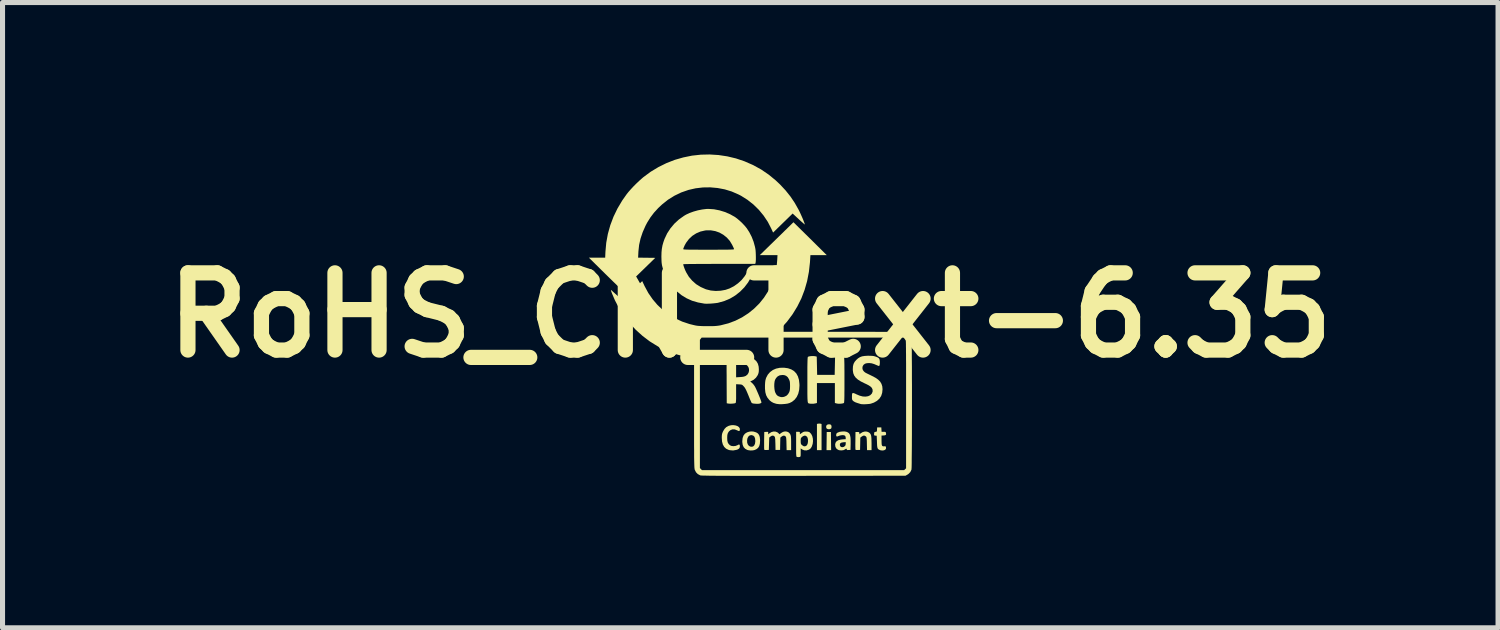
<source format=kicad_pcb>
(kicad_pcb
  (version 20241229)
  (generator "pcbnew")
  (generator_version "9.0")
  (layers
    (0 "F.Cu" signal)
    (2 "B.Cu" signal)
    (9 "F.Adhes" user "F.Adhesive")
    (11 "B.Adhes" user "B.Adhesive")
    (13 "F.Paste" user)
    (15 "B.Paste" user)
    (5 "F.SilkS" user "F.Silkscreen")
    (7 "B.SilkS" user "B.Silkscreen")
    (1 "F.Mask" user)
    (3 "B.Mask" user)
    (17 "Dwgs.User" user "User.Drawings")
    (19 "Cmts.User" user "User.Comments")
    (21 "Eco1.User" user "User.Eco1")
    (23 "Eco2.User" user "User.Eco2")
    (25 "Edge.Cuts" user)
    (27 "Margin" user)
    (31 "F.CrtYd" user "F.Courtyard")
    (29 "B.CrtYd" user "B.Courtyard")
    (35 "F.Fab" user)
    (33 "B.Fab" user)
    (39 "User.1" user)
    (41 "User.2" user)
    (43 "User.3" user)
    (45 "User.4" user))
  (footprint "RoHS_CN_Text-6.35"
    (layer "F.Cu")
    (at 11.764 3.172)
    (property "Reference" "RoHS_CN_Text-6.35" (at 0 0 0) (layer "F.SilkS") (effects (font (size 1.524 1.524) (thickness 0.3))))
    (attr board_only exclude_from_pos_files exclude_from_bom)
    (fp_poly (pts (xy 1.594 2.486) (xy 1.596 2.665) (xy 1.505 2.665) (xy 1.507 2.486) (xy 1.509 2.307) (xy 1.592 2.307)) (stroke (width 0) (type solid)) (fill yes) (layer "F.SilkS"))
    (fp_poly (pts (xy 1.385 2.143) (xy 1.407 2.149) (xy 1.407 2.665) (xy 1.316 2.665) (xy 1.316 2.148) (xy 1.34 2.143) (xy 1.365 2.141)) (stroke (width 0) (type solid)) (fill yes) (layer "F.SilkS"))
    (fp_poly (pts (xy 1.582 2.159) (xy 1.598 2.172) (xy 1.604 2.196) (xy 1.604 2.206) (xy 1.601 2.231) (xy 1.589 2.244) (xy 1.588 2.245) (xy 1.562 2.253) (xy 1.535 2.252) (xy 1.513 2.243) (xy 1.51 2.241) (xy 1.5 2.223) (xy 1.497 2.204) (xy 1.504 2.177) (xy 1.523 2.161) (xy 1.553 2.155) (xy 1.554 2.155)) (stroke (width 0) (type solid)) (fill yes) (layer "F.SilkS"))
    (fp_poly (pts (xy 2.304 2.3) (xy 2.342 2.316) (xy 2.349 2.321) (xy 2.364 2.335) (xy 2.376 2.352) (xy 2.384 2.373) (xy 2.389 2.401) (xy 2.392 2.439) (xy 2.393 2.49) (xy 2.394 2.529) (xy 2.394 2.665) (xy 2.305 2.665) (xy 2.302 2.537) (xy 2.301 2.488) (xy 2.299 2.453) (xy 2.297 2.429) (xy 2.294 2.414) (xy 2.29 2.404) (xy 2.284 2.397) (xy 2.28 2.393) (xy 2.255 2.379) (xy 2.23 2.38) (xy 2.202 2.396) (xy 2.199 2.398) (xy 2.172 2.419) (xy 2.17 2.54) (xy 2.167 2.661) (xy 2.124 2.663) (xy 2.095 2.663) (xy 2.079 2.659) (xy 2.077 2.655) (xy 2.075 2.644) (xy 2.075 2.619) (xy 2.074 2.582) (xy 2.074 2.538) (xy 2.075 2.487) (xy 2.075 2.476) (xy 2.077 2.307) (xy 2.114 2.307) (xy 2.137 2.308) (xy 2.148 2.313) (xy 2.153 2.323) (xy 2.154 2.33) (xy 2.156 2.353) (xy 2.181 2.332) (xy 2.22 2.309) (xy 2.262 2.298)) (stroke (width 0) (type solid)) (fill yes) (layer "F.SilkS"))
    (fp_poly (pts (xy 0.055 2.298) (xy 0.07 2.301) (xy 0.116 2.315) (xy 0.15 2.336) (xy 0.173 2.366) (xy 0.187 2.406) (xy 0.193 2.46) (xy 0.193 2.48) (xy 0.189 2.539) (xy 0.176 2.586) (xy 0.154 2.621) (xy 0.121 2.647) (xy 0.083 2.664) (xy 0.045 2.671) (xy 0.000258 2.672) (xy -0.043 2.666) (xy -0.06 2.661) (xy -0.101 2.639) (xy -0.131 2.607) (xy -0.15 2.562) (xy -0.158 2.506) (xy -0.158 2.488) (xy -0.156 2.468) (xy -0.063 2.468) (xy -0.062 2.512) (xy -0.061 2.519) (xy -0.049 2.554) (xy -0.027 2.581) (xy 0.001 2.596) (xy 0.033 2.599) (xy 0.058 2.591) (xy 0.079 2.57) (xy 0.093 2.537) (xy 0.099 2.492) (xy 0.099 2.484) (xy 0.094 2.435) (xy 0.081 2.4) (xy 0.058 2.379) (xy 0.026 2.369) (xy 0.016 2.369) (xy -0.013 2.376) (xy -0.038 2.397) (xy -0.055 2.428) (xy -0.063 2.468) (xy -0.156 2.468) (xy -0.152 2.428) (xy -0.135 2.379) (xy -0.106 2.341) (xy -0.065 2.315) (xy -0.022 2.301) (xy 0.018 2.296)) (stroke (width 0) (type solid)) (fill yes) (layer "F.SilkS"))
    (fp_poly (pts (xy 2.592 2.303) (xy 2.632 2.303) (xy 2.657 2.304) (xy 2.67 2.308) (xy 2.676 2.318) (xy 2.678 2.323) (xy 2.682 2.349) (xy 2.676 2.365) (xy 2.658 2.373) (xy 2.634 2.376) (xy 2.591 2.378) (xy 2.591 2.471) (xy 2.592 2.519) (xy 2.594 2.552) (xy 2.6 2.574) (xy 2.61 2.586) (xy 2.625 2.59) (xy 2.643 2.59) (xy 2.664 2.589) (xy 2.674 2.594) (xy 2.678 2.604) (xy 2.68 2.627) (xy 2.677 2.64) (xy 2.664 2.658) (xy 2.639 2.669) (xy 2.608 2.673) (xy 2.574 2.669) (xy 2.554 2.662) (xy 2.536 2.653) (xy 2.523 2.643) (xy 2.514 2.629) (xy 2.508 2.608) (xy 2.504 2.577) (xy 2.502 2.534) (xy 2.501 2.501) (xy 2.496 2.381) (xy 2.469 2.379) (xy 2.452 2.376) (xy 2.445 2.369) (xy 2.444 2.353) (xy 2.445 2.342) (xy 2.447 2.32) (xy 2.454 2.309) (xy 2.468 2.305) (xy 2.473 2.305) (xy 2.489 2.302) (xy 2.497 2.296) (xy 2.501 2.281) (xy 2.502 2.259) (xy 2.505 2.217) (xy 2.587 2.217)) (stroke (width 0) (type solid)) (fill yes) (layer "F.SilkS"))
    (fp_poly (pts (xy -0.29 2.178) (xy -0.254 2.19) (xy -0.226 2.209) (xy -0.209 2.233) (xy -0.206 2.251) (xy -0.208 2.276) (xy -0.216 2.288) (xy -0.232 2.287) (xy -0.259 2.275) (xy -0.305 2.257) (xy -0.349 2.255) (xy -0.388 2.268) (xy -0.421 2.295) (xy -0.44 2.324) (xy -0.449 2.347) (xy -0.454 2.375) (xy -0.456 2.413) (xy -0.456 2.426) (xy -0.454 2.476) (xy -0.445 2.514) (xy -0.428 2.543) (xy -0.403 2.568) (xy -0.4 2.57) (xy -0.371 2.583) (xy -0.333 2.587) (xy -0.293 2.583) (xy -0.258 2.57) (xy -0.253 2.568) (xy -0.229 2.555) (xy -0.214 2.556) (xy -0.207 2.57) (xy -0.206 2.59) (xy -0.21 2.617) (xy -0.224 2.637) (xy -0.251 2.653) (xy -0.276 2.661) (xy -0.339 2.672) (xy -0.403 2.667) (xy -0.43 2.66) (xy -0.478 2.637) (xy -0.515 2.602) (xy -0.542 2.555) (xy -0.558 2.495) (xy -0.563 2.423) (xy -0.563 2.421) (xy -0.562 2.383) (xy -0.559 2.355) (xy -0.553 2.332) (xy -0.543 2.306) (xy -0.536 2.292) (xy -0.508 2.246) (xy -0.476 2.213) (xy -0.435 2.19) (xy -0.42 2.184) (xy -0.376 2.173) (xy -0.332 2.172)) (stroke (width 0) (type solid)) (fill yes) (layer "F.SilkS"))
    (fp_poly (pts (xy 0.725 2.3) (xy 0.758 2.316) (xy 0.784 2.344) (xy 0.79 2.356) (xy 0.796 2.371) (xy 0.801 2.389) (xy 0.803 2.412) (xy 0.805 2.444) (xy 0.806 2.488) (xy 0.806 2.527) (xy 0.806 2.665) (xy 0.717 2.665) (xy 0.714 2.538) (xy 0.713 2.489) (xy 0.711 2.453) (xy 0.709 2.429) (xy 0.706 2.412) (xy 0.701 2.401) (xy 0.696 2.394) (xy 0.673 2.38) (xy 0.647 2.381) (xy 0.618 2.398) (xy 0.618 2.398) (xy 0.593 2.419) (xy 0.588 2.661) (xy 0.498 2.661) (xy 0.496 2.55) (xy 0.494 2.498) (xy 0.493 2.46) (xy 0.49 2.433) (xy 0.487 2.415) (xy 0.482 2.402) (xy 0.474 2.392) (xy 0.472 2.39) (xy 0.45 2.378) (xy 0.424 2.382) (xy 0.399 2.397) (xy 0.374 2.417) (xy 0.37 2.539) (xy 0.366 2.661) (xy 0.323 2.663) (xy 0.293 2.663) (xy 0.278 2.659) (xy 0.275 2.655) (xy 0.274 2.644) (xy 0.273 2.619) (xy 0.273 2.582) (xy 0.273 2.538) (xy 0.273 2.487) (xy 0.273 2.476) (xy 0.276 2.307) (xy 0.315 2.305) (xy 0.338 2.304) (xy 0.35 2.306) (xy 0.353 2.315) (xy 0.354 2.328) (xy 0.354 2.354) (xy 0.379 2.333) (xy 0.418 2.309) (xy 0.459 2.298) (xy 0.5 2.3) (xy 0.537 2.315) (xy 0.553 2.328) (xy 0.577 2.352) (xy 0.609 2.327) (xy 0.647 2.305) (xy 0.686 2.296)) (stroke (width 0) (type solid)) (fill yes) (layer "F.SilkS"))
    (fp_poly (pts (xy 1.892 2.302) (xy 1.897 2.303) (xy 1.925 2.315) (xy 1.946 2.33) (xy 1.962 2.352) (xy 1.972 2.383) (xy 1.979 2.423) (xy 1.981 2.476) (xy 1.981 2.543) (xy 1.981 2.546) (xy 1.978 2.661) (xy 1.943 2.663) (xy 1.92 2.664) (xy 1.908 2.66) (xy 1.903 2.649) (xy 1.899 2.639) (xy 1.893 2.637) (xy 1.88 2.645) (xy 1.873 2.65) (xy 1.839 2.666) (xy 1.797 2.671) (xy 1.755 2.667) (xy 1.731 2.658) (xy 1.7 2.635) (xy 1.681 2.602) (xy 1.676 2.563) (xy 1.768 2.563) (xy 1.775 2.587) (xy 1.792 2.603) (xy 1.816 2.608) (xy 1.844 2.602) (xy 1.862 2.59) (xy 1.877 2.574) (xy 1.883 2.552) (xy 1.884 2.54) (xy 1.884 2.507) (xy 1.839 2.51) (xy 1.803 2.516) (xy 1.781 2.526) (xy 1.771 2.544) (xy 1.768 2.563) (xy 1.676 2.563) (xy 1.675 2.559) (xy 1.675 2.556) (xy 1.683 2.519) (xy 1.704 2.49) (xy 1.739 2.469) (xy 1.788 2.457) (xy 1.824 2.453) (xy 1.884 2.449) (xy 1.884 2.422) (xy 1.88 2.399) (xy 1.871 2.382) (xy 1.871 2.382) (xy 1.851 2.372) (xy 1.822 2.369) (xy 1.787 2.373) (xy 1.753 2.382) (xy 1.744 2.386) (xy 1.718 2.396) (xy 1.702 2.394) (xy 1.696 2.381) (xy 1.696 2.36) (xy 1.701 2.34) (xy 1.713 2.326) (xy 1.73 2.317) (xy 1.766 2.304) (xy 1.81 2.298) (xy 1.854 2.296)) (stroke (width 0) (type solid)) (fill yes) (layer "F.SilkS"))
    (fp_poly (pts (xy 1.138 2.301) (xy 1.163 2.309) (xy 1.174 2.316) (xy 1.202 2.346) (xy 1.223 2.387) (xy 1.235 2.436) (xy 1.238 2.488) (xy 1.232 2.541) (xy 1.216 2.59) (xy 1.215 2.593) (xy 1.198 2.622) (xy 1.181 2.641) (xy 1.158 2.656) (xy 1.155 2.657) (xy 1.111 2.671) (xy 1.067 2.669) (xy 1.026 2.653) (xy 1.021 2.649) (xy 0.995 2.631) (xy 0.995 2.713) (xy 0.995 2.75) (xy 0.994 2.774) (xy 0.991 2.788) (xy 0.986 2.796) (xy 0.979 2.799) (xy 0.977 2.8) (xy 0.946 2.804) (xy 0.919 2.799) (xy 0.915 2.797) (xy 0.912 2.792) (xy 0.909 2.782) (xy 0.908 2.766) (xy 0.906 2.742) (xy 0.905 2.707) (xy 0.905 2.661) (xy 0.905 2.602) (xy 0.905 2.549) (xy 0.905 2.486) (xy 0.995 2.486) (xy 0.996 2.517) (xy 0.999 2.537) (xy 1.005 2.551) (xy 1.018 2.564) (xy 1.021 2.567) (xy 1.051 2.587) (xy 1.079 2.591) (xy 1.105 2.58) (xy 1.12 2.565) (xy 1.133 2.536) (xy 1.139 2.499) (xy 1.139 2.46) (xy 1.132 2.425) (xy 1.122 2.404) (xy 1.098 2.383) (xy 1.071 2.379) (xy 1.042 2.39) (xy 1.025 2.402) (xy 1.009 2.417) (xy 1 2.43) (xy 0.996 2.446) (xy 0.995 2.472) (xy 0.995 2.486) (xy 0.905 2.486) (xy 0.905 2.303) (xy 0.942 2.303) (xy 0.965 2.304) (xy 0.975 2.308) (xy 0.979 2.318) (xy 0.979 2.328) (xy 0.979 2.352) (xy 1.017 2.326) (xy 1.042 2.309) (xy 1.065 2.301) (xy 1.094 2.299) (xy 1.102 2.299)) (stroke (width 0) (type solid)) (fill yes) (layer "F.SilkS"))
    (fp_poly (pts (xy 0.666 1.038) (xy 0.744 1.049) (xy 0.81 1.072) (xy 0.865 1.106) (xy 0.908 1.151) (xy 0.94 1.209) (xy 0.961 1.279) (xy 0.97 1.36) (xy 0.971 1.39) (xy 0.965 1.476) (xy 0.947 1.551) (xy 0.917 1.616) (xy 0.876 1.669) (xy 0.824 1.711) (xy 0.776 1.735) (xy 0.735 1.747) (xy 0.684 1.754) (xy 0.628 1.758) (xy 0.573 1.758) (xy 0.525 1.753) (xy 0.504 1.748) (xy 0.458 1.733) (xy 0.422 1.714) (xy 0.389 1.689) (xy 0.375 1.675) (xy 0.339 1.631) (xy 0.313 1.581) (xy 0.297 1.522) (xy 0.29 1.452) (xy 0.29 1.407) (xy 0.473 1.407) (xy 0.477 1.457) (xy 0.484 1.5) (xy 0.493 1.527) (xy 0.511 1.562) (xy 0.53 1.585) (xy 0.555 1.601) (xy 0.573 1.608) (xy 0.601 1.617) (xy 0.625 1.619) (xy 0.652 1.616) (xy 0.67 1.612) (xy 0.712 1.593) (xy 0.745 1.561) (xy 0.768 1.522) (xy 0.776 1.5) (xy 0.781 1.476) (xy 0.784 1.444) (xy 0.785 1.401) (xy 0.785 1.398) (xy 0.784 1.357) (xy 0.782 1.327) (xy 0.778 1.303) (xy 0.77 1.282) (xy 0.764 1.266) (xy 0.739 1.225) (xy 0.707 1.198) (xy 0.668 1.184) (xy 0.634 1.182) (xy 0.583 1.188) (xy 0.542 1.208) (xy 0.509 1.242) (xy 0.488 1.279) (xy 0.479 1.313) (xy 0.474 1.358) (xy 0.473 1.407) (xy 0.29 1.407) (xy 0.29 1.381) (xy 0.293 1.329) (xy 0.298 1.289) (xy 0.307 1.256) (xy 0.312 1.239) (xy 0.345 1.176) (xy 0.389 1.125) (xy 0.444 1.084) (xy 0.508 1.056) (xy 0.582 1.04) (xy 0.663 1.038)) (stroke (width 0) (type solid)) (fill yes) (layer "F.SilkS"))
    (fp_poly (pts (xy 1.795 0.81) (xy 1.824 0.814) (xy 1.844 0.821) (xy 1.847 0.823) (xy 1.849 0.827) (xy 1.852 0.835) (xy 1.854 0.848) (xy 1.855 0.868) (xy 1.856 0.895) (xy 1.857 0.932) (xy 1.858 0.979) (xy 1.858 1.037) (xy 1.859 1.108) (xy 1.859 1.194) (xy 1.859 1.279) (xy 1.859 1.379) (xy 1.859 1.464) (xy 1.858 1.534) (xy 1.858 1.592) (xy 1.857 1.638) (xy 1.856 1.673) (xy 1.854 1.7) (xy 1.853 1.718) (xy 1.851 1.729) (xy 1.848 1.734) (xy 1.848 1.735) (xy 1.83 1.742) (xy 1.802 1.747) (xy 1.768 1.75) (xy 1.734 1.749) (xy 1.706 1.745) (xy 1.705 1.744) (xy 1.67 1.735) (xy 1.67 1.341) (xy 1.316 1.341) (xy 1.316 1.735) (xy 1.285 1.743) (xy 1.243 1.75) (xy 1.196 1.75) (xy 1.168 1.746) (xy 1.159 1.744) (xy 1.152 1.742) (xy 1.146 1.739) (xy 1.14 1.732) (xy 1.136 1.721) (xy 1.133 1.704) (xy 1.131 1.681) (xy 1.129 1.649) (xy 1.128 1.608) (xy 1.127 1.556) (xy 1.127 1.492) (xy 1.127 1.415) (xy 1.127 1.323) (xy 1.127 1.279) (xy 1.127 1.181) (xy 1.127 1.097) (xy 1.127 1.028) (xy 1.128 0.971) (xy 1.129 0.926) (xy 1.13 0.891) (xy 1.131 0.864) (xy 1.133 0.846) (xy 1.134 0.833) (xy 1.137 0.826) (xy 1.139 0.823) (xy 1.156 0.816) (xy 1.183 0.811) (xy 1.216 0.808) (xy 1.25 0.808) (xy 1.278 0.811) (xy 1.283 0.812) (xy 1.312 0.819) (xy 1.316 1) (xy 1.32 1.18) (xy 1.666 1.18) (xy 1.674 0.819) (xy 1.703 0.812) (xy 1.729 0.808) (xy 1.761 0.808)) (stroke (width 0) (type solid)) (fill yes) (layer "F.SilkS"))
    (fp_poly (pts (xy 2.378 0.803) (xy 2.413 0.805) (xy 2.441 0.809) (xy 2.466 0.816) (xy 2.48 0.821) (xy 2.517 0.836) (xy 2.54 0.853) (xy 2.552 0.875) (xy 2.557 0.906) (xy 2.558 0.928) (xy 2.557 0.958) (xy 2.554 0.983) (xy 2.55 0.995) (xy 2.547 1) (xy 2.542 1.003) (xy 2.534 1.003) (xy 2.52 0.998) (xy 2.498 0.989) (xy 2.463 0.974) (xy 2.447 0.967) (xy 2.399 0.952) (xy 2.349 0.946) (xy 2.302 0.949) (xy 2.265 0.959) (xy 2.235 0.982) (xy 2.218 1.012) (xy 2.213 1.046) (xy 2.221 1.081) (xy 2.237 1.104) (xy 2.247 1.115) (xy 2.257 1.124) (xy 2.27 1.134) (xy 2.288 1.144) (xy 2.314 1.157) (xy 2.349 1.174) (xy 2.396 1.197) (xy 2.402 1.2) (xy 2.471 1.236) (xy 2.524 1.273) (xy 2.564 1.313) (xy 2.59 1.357) (xy 2.606 1.407) (xy 2.611 1.464) (xy 2.604 1.534) (xy 2.584 1.596) (xy 2.549 1.649) (xy 2.501 1.693) (xy 2.441 1.727) (xy 2.38 1.748) (xy 2.354 1.753) (xy 2.32 1.756) (xy 2.281 1.759) (xy 2.243 1.76) (xy 2.21 1.759) (xy 2.188 1.757) (xy 2.184 1.756) (xy 2.172 1.753) (xy 2.15 1.746) (xy 2.121 1.737) (xy 2.117 1.736) (xy 2.075 1.721) (xy 2.042 1.703) (xy 2.033 1.695) (xy 2.019 1.682) (xy 2.012 1.669) (xy 2.008 1.652) (xy 2.007 1.625) (xy 2.007 1.61) (xy 2.008 1.572) (xy 2.012 1.549) (xy 2.022 1.538) (xy 2.04 1.539) (xy 2.069 1.55) (xy 2.095 1.563) (xy 2.159 1.59) (xy 2.22 1.606) (xy 2.276 1.609) (xy 2.326 1.601) (xy 2.367 1.582) (xy 2.398 1.551) (xy 2.402 1.544) (xy 2.416 1.507) (xy 2.414 1.469) (xy 2.402 1.442) (xy 2.387 1.422) (xy 2.365 1.404) (xy 2.334 1.384) (xy 2.291 1.362) (xy 2.254 1.345) (xy 2.182 1.309) (xy 2.125 1.273) (xy 2.082 1.235) (xy 2.052 1.194) (xy 2.033 1.147) (xy 2.025 1.094) (xy 2.024 1.069) (xy 2.027 1.01) (xy 2.039 0.962) (xy 2.061 0.921) (xy 2.093 0.884) (xy 2.129 0.852) (xy 2.166 0.829) (xy 2.207 0.814) (xy 2.256 0.806) (xy 2.317 0.802) (xy 2.332 0.802)) (stroke (width 0) (type solid)) (fill yes) (layer "F.SilkS"))
    (fp_poly (pts (xy -0.628 -3.161) (xy -0.455 -3.135) (xy -0.283 -3.094) (xy -0.114 -3.037) (xy 0.051 -2.965) (xy 0.061 -2.96) (xy 0.217 -2.874) (xy 0.362 -2.775) (xy 0.499 -2.663) (xy 0.588 -2.579) (xy 0.697 -2.462) (xy 0.793 -2.342) (xy 0.877 -2.217) (xy 0.953 -2.082) (xy 0.98 -2.028) (xy 1.001 -1.982) (xy 1.021 -1.937) (xy 1.04 -1.893) (xy 1.055 -1.854) (xy 1.067 -1.822) (xy 1.075 -1.799) (xy 1.076 -1.789) (xy 1.076 -1.789) (xy 1.069 -1.794) (xy 1.053 -1.808) (xy 1.028 -1.83) (xy 0.996 -1.858) (xy 0.96 -1.891) (xy 0.955 -1.896) (xy 0.836 -2.006) (xy 0.45 -1.63) (xy 0.415 -1.707) (xy 0.346 -1.841) (xy 0.263 -1.965) (xy 0.168 -2.08) (xy 0.062 -2.184) (xy -0.056 -2.277) (xy -0.183 -2.357) (xy -0.236 -2.384) (xy -0.367 -2.441) (xy -0.504 -2.483) (xy -0.646 -2.51) (xy -0.791 -2.523) (xy -0.936 -2.521) (xy -1.08 -2.504) (xy -1.22 -2.472) (xy -1.223 -2.471) (xy -1.364 -2.422) (xy -1.497 -2.358) (xy -1.623 -2.28) (xy -1.741 -2.186) (xy -1.818 -2.114) (xy -1.902 -2.022) (xy -1.973 -1.928) (xy -2.036 -1.827) (xy -2.069 -1.764) (xy -2.125 -1.637) (xy -2.167 -1.512) (xy -2.195 -1.387) (xy -2.209 -1.257) (xy -2.21 -1.236) (xy -2.215 -1.135) (xy -2.046 -1.133) (xy -1.876 -1.131) (xy -2.202 -0.814) (xy -2.263 -0.755) (xy -2.32 -0.699) (xy -2.373 -0.648) (xy -2.42 -0.603) (xy -2.46 -0.564) (xy -2.493 -0.533) (xy -2.516 -0.511) (xy -2.53 -0.498) (xy -2.532 -0.496) (xy -2.539 -0.501) (xy -2.556 -0.517) (xy -2.583 -0.542) (xy -2.618 -0.576) (xy -2.661 -0.618) (xy -2.71 -0.665) (xy -2.764 -0.718) (xy -2.823 -0.776) (xy -2.862 -0.814) (xy -3.187 -1.135) (xy -2.865 -1.135) (xy -2.86 -1.252) (xy -2.844 -1.429) (xy -2.812 -1.604) (xy -2.764 -1.776) (xy -2.701 -1.943) (xy -2.622 -2.106) (xy -2.528 -2.264) (xy -2.44 -2.389) (xy -2.403 -2.435) (xy -2.357 -2.487) (xy -2.305 -2.543) (xy -2.249 -2.599) (xy -2.193 -2.652) (xy -2.14 -2.699) (xy -2.11 -2.725) (xy -1.965 -2.832) (xy -1.812 -2.924) (xy -1.654 -3.002) (xy -1.49 -3.066) (xy -1.322 -3.114) (xy -1.151 -3.149) (xy -0.977 -3.168) (xy -0.803 -3.172)) (stroke (width 0) (type solid)) (fill yes) (layer "F.SilkS"))
    (fp_poly (pts (xy -0.305 0.815) (xy -0.243 0.816) (xy -0.239 0.816) (xy -0.167 0.818) (xy -0.11 0.82) (xy -0.064 0.822) (xy -0.027 0.827) (xy 0.002 0.833) (xy 0.027 0.842) (xy 0.049 0.853) (xy 0.072 0.868) (xy 0.084 0.876) (xy 0.123 0.914) (xy 0.15 0.96) (xy 0.165 1.016) (xy 0.169 1.069) (xy 0.168 1.107) (xy 0.164 1.135) (xy 0.157 1.16) (xy 0.146 1.186) (xy 0.112 1.236) (xy 0.067 1.276) (xy 0.029 1.296) (xy -0.001 1.309) (xy 0.035 1.34) (xy 0.06 1.366) (xy 0.083 1.397) (xy 0.092 1.412) (xy 0.106 1.439) (xy 0.122 1.474) (xy 0.14 1.515) (xy 0.159 1.559) (xy 0.177 1.603) (xy 0.194 1.644) (xy 0.207 1.68) (xy 0.216 1.707) (xy 0.221 1.723) (xy 0.221 1.725) (xy 0.211 1.736) (xy 0.192 1.745) (xy 0.189 1.746) (xy 0.164 1.75) (xy 0.131 1.751) (xy 0.096 1.749) (xy 0.064 1.746) (xy 0.04 1.74) (xy 0.029 1.735) (xy 0.022 1.724) (xy 0.011 1.7) (xy -0.004 1.666) (xy -0.021 1.625) (xy -0.037 1.585) (xy -0.06 1.53) (xy -0.078 1.489) (xy -0.094 1.457) (xy -0.108 1.433) (xy -0.123 1.413) (xy -0.127 1.409) (xy -0.146 1.389) (xy -0.161 1.377) (xy -0.178 1.371) (xy -0.202 1.368) (xy -0.221 1.367) (xy -0.28 1.364) (xy -0.28 1.544) (xy -0.28 1.606) (xy -0.28 1.653) (xy -0.282 1.687) (xy -0.284 1.711) (xy -0.286 1.726) (xy -0.29 1.734) (xy -0.291 1.735) (xy -0.306 1.741) (xy -0.332 1.745) (xy -0.364 1.748) (xy -0.398 1.749) (xy -0.427 1.747) (xy -0.44 1.745) (xy -0.465 1.74) (xy -0.467 1.292) (xy -0.467 1.194) (xy -0.468 1.112) (xy -0.468 1.043) (xy -0.468 0.987) (xy -0.467 0.952) (xy -0.28 0.952) (xy -0.28 1.228) (xy -0.201 1.223) (xy -0.156 1.219) (xy -0.124 1.213) (xy -0.099 1.204) (xy -0.088 1.199) (xy -0.056 1.173) (xy -0.035 1.139) (xy -0.025 1.101) (xy -0.026 1.061) (xy -0.038 1.025) (xy -0.061 0.994) (xy -0.085 0.978) (xy -0.11 0.968) (xy -0.144 0.961) (xy -0.19 0.957) (xy -0.199 0.956) (xy -0.28 0.952) (xy -0.467 0.952) (xy -0.467 0.942) (xy -0.466 0.907) (xy -0.465 0.88) (xy -0.464 0.861) (xy -0.462 0.847) (xy -0.46 0.838) (xy -0.457 0.832) (xy -0.455 0.829) (xy -0.449 0.824) (xy -0.442 0.82) (xy -0.431 0.818) (xy -0.414 0.816) (xy -0.388 0.815) (xy -0.353 0.815)) (stroke (width 0) (type solid)) (fill yes) (layer "F.SilkS"))
    (fp_poly (pts (xy -0.717 -2.09) (xy -0.609 -2.069) (xy -0.501 -2.036) (xy -0.397 -1.991) (xy -0.302 -1.937) (xy -0.293 -1.931) (xy -0.25 -1.898) (xy -0.202 -1.857) (xy -0.154 -1.811) (xy -0.11 -1.764) (xy -0.074 -1.72) (xy -0.073 -1.72) (xy -0.02 -1.638) (xy 0.027 -1.547) (xy 0.065 -1.449) (xy 0.092 -1.35) (xy 0.099 -1.316) (xy 0.104 -1.283) (xy 0.107 -1.24) (xy 0.109 -1.193) (xy 0.11 -1.145) (xy 0.11 -1.1) (xy 0.108 -1.063) (xy 0.105 -1.037) (xy 0.104 -1.034) (xy 0.098 -1.012) (xy -0.613 -1.012) (xy -0.72 -1.012) (xy -0.821 -1.011) (xy -0.917 -1.011) (xy -1.006 -1.011) (xy -1.086 -1.01) (xy -1.156 -1.009) (xy -1.216 -1.009) (xy -1.264 -1.008) (xy -1.299 -1.007) (xy -1.319 -1.006) (xy -1.324 -1.005) (xy -1.321 -0.986) (xy -1.312 -0.957) (xy -1.299 -0.921) (xy -1.284 -0.884) (xy -1.267 -0.848) (xy -1.266 -0.846) (xy -1.213 -0.757) (xy -1.146 -0.679) (xy -1.069 -0.611) (xy -0.98 -0.556) (xy -0.883 -0.513) (xy -0.872 -0.509) (xy -0.78 -0.486) (xy -0.683 -0.477) (xy -0.585 -0.482) (xy -0.49 -0.499) (xy -0.409 -0.527) (xy -0.323 -0.571) (xy -0.243 -0.628) (xy -0.171 -0.694) (xy -0.112 -0.767) (xy -0.108 -0.773) (xy -0.092 -0.798) (xy -0.079 -0.819) (xy -0.073 -0.831) (xy -0.073 -0.831) (xy -0.063 -0.836) (xy -0.039 -0.838) (xy -0.006 -0.837) (xy 0.058 -0.835) (xy 0.017 -0.752) (xy -0.044 -0.645) (xy -0.118 -0.548) (xy -0.203 -0.462) (xy -0.297 -0.388) (xy -0.401 -0.326) (xy -0.512 -0.279) (xy -0.629 -0.246) (xy -0.646 -0.242) (xy -0.684 -0.237) (xy -0.73 -0.232) (xy -0.779 -0.228) (xy -0.828 -0.226) (xy -0.87 -0.225) (xy -0.902 -0.227) (xy -0.905 -0.227) (xy -1.032 -0.25) (xy -1.149 -0.284) (xy -1.256 -0.332) (xy -1.355 -0.392) (xy -1.447 -0.466) (xy -1.49 -0.508) (xy -1.566 -0.594) (xy -1.628 -0.686) (xy -1.679 -0.786) (xy -1.72 -0.896) (xy -1.733 -0.944) (xy -1.742 -0.978) (xy -1.747 -1.008) (xy -1.751 -1.039) (xy -1.753 -1.075) (xy -1.754 -1.12) (xy -1.755 -1.156) (xy -1.753 -1.238) (xy -1.747 -1.305) (xy -1.324 -1.305) (xy -1.323 -1.302) (xy -1.319 -1.3) (xy -1.312 -1.298) (xy -1.298 -1.296) (xy -1.279 -1.295) (xy -1.252 -1.294) (xy -1.216 -1.293) (xy -1.17 -1.292) (xy -1.112 -1.292) (xy -1.043 -1.292) (xy -0.959 -1.291) (xy -0.861 -1.291) (xy -0.823 -1.291) (xy -0.717 -1.291) (xy -0.628 -1.292) (xy -0.552 -1.292) (xy -0.489 -1.292) (xy -0.439 -1.293) (xy -0.399 -1.294) (xy -0.368 -1.295) (xy -0.347 -1.296) (xy -0.332 -1.298) (xy -0.324 -1.3) (xy -0.321 -1.302) (xy -0.321 -1.303) (xy -0.324 -1.315) (xy -0.334 -1.338) (xy -0.348 -1.367) (xy -0.358 -1.388) (xy -0.405 -1.466) (xy -0.464 -1.532) (xy -0.533 -1.587) (xy -0.609 -1.63) (xy -0.691 -1.659) (xy -0.778 -1.674) (xy -0.868 -1.674) (xy -0.894 -1.671) (xy -0.985 -1.65) (xy -1.069 -1.614) (xy -1.145 -1.565) (xy -1.211 -1.503) (xy -1.267 -1.429) (xy -1.296 -1.377) (xy -1.309 -1.347) (xy -1.319 -1.322) (xy -1.324 -1.307) (xy -1.324 -1.305) (xy -1.747 -1.305) (xy -1.746 -1.31) (xy -1.734 -1.377) (xy -1.715 -1.443) (xy -1.693 -1.505) (xy -1.642 -1.613) (xy -1.577 -1.713) (xy -1.499 -1.806) (xy -1.41 -1.888) (xy -1.311 -1.959) (xy -1.267 -1.985) (xy -1.199 -2.017) (xy -1.12 -2.045) (xy -1.035 -2.069) (xy -0.949 -2.086) (xy -0.868 -2.096) (xy -0.823 -2.097)) (stroke (width 0) (type solid)) (fill yes) (layer "F.SilkS"))
    (fp_poly (pts (xy 1.181 -1.51) (xy 1.509 -1.185) (xy 1.187 -1.184) (xy 1.178 -1.042) (xy 1.157 -0.854) (xy 1.122 -0.672) (xy 1.072 -0.498) (xy 1.008 -0.33) (xy 0.928 -0.17) (xy 0.835 -0.018) (xy 0.727 0.127) (xy 0.614 0.253) (xy 0.54 0.329) (xy 1.798 0.329) (xy 1.966 0.329) (xy 2.119 0.329) (xy 2.257 0.329) (xy 2.381 0.329) (xy 2.491 0.33) (xy 2.589 0.33) (xy 2.676 0.33) (xy 2.751 0.33) (xy 2.816 0.331) (xy 2.872 0.331) (xy 2.919 0.332) (xy 2.958 0.333) (xy 2.991 0.334) (xy 3.017 0.335) (xy 3.037 0.336) (xy 3.053 0.337) (xy 3.066 0.338) (xy 3.075 0.34) (xy 3.082 0.342) (xy 3.087 0.344) (xy 3.089 0.344) (xy 3.125 0.368) (xy 3.157 0.401) (xy 3.178 0.437) (xy 3.183 0.45) (xy 3.184 0.463) (xy 3.185 0.491) (xy 3.186 0.533) (xy 3.187 0.588) (xy 3.188 0.655) (xy 3.189 0.733) (xy 3.189 0.821) (xy 3.19 0.918) (xy 3.191 1.023) (xy 3.191 1.134) (xy 3.191 1.25) (xy 3.192 1.371) (xy 3.192 1.495) (xy 3.192 1.622) (xy 3.192 1.749) (xy 3.192 1.877) (xy 3.192 2.003) (xy 3.191 2.127) (xy 3.191 2.248) (xy 3.191 2.365) (xy 3.19 2.476) (xy 3.19 2.581) (xy 3.189 2.678) (xy 3.188 2.766) (xy 3.187 2.845) (xy 3.187 2.912) (xy 3.186 2.968) (xy 3.185 3.011) (xy 3.183 3.039) (xy 3.182 3.052) (xy 3.182 3.052) (xy 3.159 3.099) (xy 3.123 3.136) (xy 3.098 3.152) (xy 3.064 3.171) (xy 1.053 3.173) (xy 0.833 3.173) (xy 0.63 3.173) (xy 0.442 3.173) (xy 0.268 3.173) (xy 0.109 3.173) (xy -0.037 3.173) (xy -0.17 3.173) (xy -0.29 3.173) (xy -0.399 3.173) (xy -0.496 3.172) (xy -0.582 3.172) (xy -0.659 3.172) (xy -0.725 3.171) (xy -0.783 3.171) (xy -0.832 3.17) (xy -0.874 3.169) (xy -0.908 3.168) (xy -0.935 3.168) (xy -0.956 3.167) (xy -0.972 3.166) (xy -0.983 3.165) (xy -0.989 3.163) (xy -0.99 3.163) (xy -1.037 3.138) (xy -1.072 3.102) (xy -1.096 3.054) (xy -1.098 3.048) (xy -1.1 3.041) (xy -1.101 3.03) (xy -1.102 3.019) (xy -0.995 3.019) (xy -0.975 3.04) (xy -0.955 3.06) (xy 3.038 3.06) (xy 3.057 3.042) (xy 3.076 3.024) (xy 3.076 1.752) (xy 3.076 1.582) (xy 3.076 1.427) (xy 3.076 1.287) (xy 3.076 1.162) (xy 3.076 1.049) (xy 3.076 0.95) (xy 3.075 0.862) (xy 3.075 0.786) (xy 3.074 0.72) (xy 3.074 0.663) (xy 3.073 0.615) (xy 3.073 0.576) (xy 3.072 0.544) (xy 3.071 0.518) (xy 3.07 0.498) (xy 3.068 0.484) (xy 3.067 0.473) (xy 3.065 0.467) (xy 3.064 0.463) (xy 3.063 0.462) (xy 3.051 0.444) (xy -0.961 0.444) (xy -0.995 0.488) (xy -0.995 3.019) (xy -1.102 3.019) (xy -1.103 3.015) (xy -1.104 2.996) (xy -1.105 2.971) (xy -1.106 2.94) (xy -1.107 2.902) (xy -1.108 2.855) (xy -1.109 2.799) (xy -1.109 2.734) (xy -1.109 2.658) (xy -1.11 2.571) (xy -1.11 2.471) (xy -1.11 2.359) (xy -1.11 2.232) (xy -1.11 2.091) (xy -1.11 1.933) (xy -1.11 0.856) (xy -1.141 0.851) (xy -1.322 0.813) (xy -1.491 0.764) (xy -1.649 0.704) (xy -1.674 0.693) (xy -1.834 0.612) (xy -1.986 0.518) (xy -2.128 0.41) (xy -2.26 0.291) (xy -2.381 0.161) (xy -2.49 0.02) (xy -2.588 -0.131) (xy -2.672 -0.291) (xy -2.728 -0.422) (xy -2.74 -0.454) (xy -2.749 -0.479) (xy -2.753 -0.495) (xy -2.754 -0.498) (xy -2.747 -0.494) (xy -2.73 -0.48) (xy -2.706 -0.458) (xy -2.675 -0.43) (xy -2.64 -0.399) (xy -2.605 -0.366) (xy -2.574 -0.338) (xy -2.548 -0.316) (xy -2.532 -0.301) (xy -2.525 -0.296) (xy -2.518 -0.302) (xy -2.501 -0.317) (xy -2.475 -0.342) (xy -2.442 -0.374) (xy -2.402 -0.412) (xy -2.358 -0.455) (xy -2.327 -0.484) (xy -2.134 -0.672) (xy -2.086 -0.571) (xy -2.013 -0.436) (xy -1.928 -0.313) (xy -1.832 -0.2) (xy -1.724 -0.099) (xy -1.607 -0.01) (xy -1.48 0.065) (xy -1.344 0.128) (xy -1.2 0.176) (xy -1.11 0.198) (xy -1.078 0.205) (xy -1.047 0.21) (xy -1.015 0.213) (xy -0.978 0.215) (xy -0.933 0.217) (xy -0.875 0.217) (xy -0.847 0.217) (xy -0.784 0.217) (xy -0.735 0.217) (xy -0.694 0.215) (xy -0.66 0.212) (xy -0.628 0.208) (xy -0.596 0.203) (xy -0.578 0.199) (xy -0.433 0.162) (xy -0.294 0.11) (xy -0.163 0.044) (xy -0.039 -0.036) (xy 0.074 -0.127) (xy 0.178 -0.23) (xy 0.27 -0.344) (xy 0.35 -0.468) (xy 0.382 -0.526) (xy 0.435 -0.643) (xy 0.476 -0.758) (xy 0.505 -0.876) (xy 0.524 -1) (xy 0.532 -1.092) (xy 0.537 -1.184) (xy 0.187 -1.184) (xy 0.404 -1.396) (xy 0.46 -1.45) (xy 0.517 -1.506) (xy 0.574 -1.562) (xy 0.628 -1.614) (xy 0.676 -1.662) (xy 0.717 -1.701) (xy 0.737 -1.721) (xy 0.852 -1.834)) (stroke (width 0) (type solid)) (fill yes) (layer "F.SilkS")))
  (gr_rect
    (start -3 -3)
    (end 26.528 9.345)
    (stroke (width 0.1) (type default))
    (fill no)
    (layer "Edge.Cuts")))
</source>
